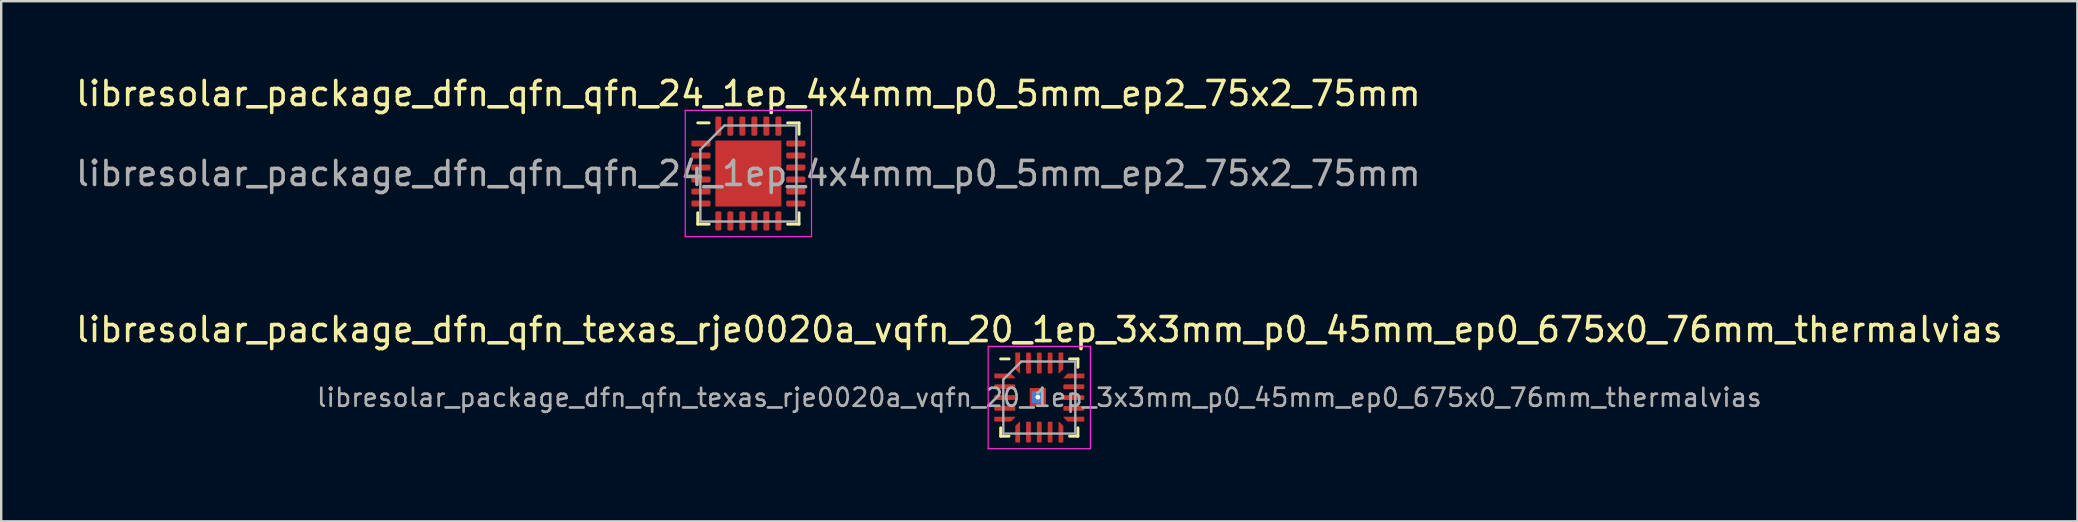
<source format=kicad_pcb>
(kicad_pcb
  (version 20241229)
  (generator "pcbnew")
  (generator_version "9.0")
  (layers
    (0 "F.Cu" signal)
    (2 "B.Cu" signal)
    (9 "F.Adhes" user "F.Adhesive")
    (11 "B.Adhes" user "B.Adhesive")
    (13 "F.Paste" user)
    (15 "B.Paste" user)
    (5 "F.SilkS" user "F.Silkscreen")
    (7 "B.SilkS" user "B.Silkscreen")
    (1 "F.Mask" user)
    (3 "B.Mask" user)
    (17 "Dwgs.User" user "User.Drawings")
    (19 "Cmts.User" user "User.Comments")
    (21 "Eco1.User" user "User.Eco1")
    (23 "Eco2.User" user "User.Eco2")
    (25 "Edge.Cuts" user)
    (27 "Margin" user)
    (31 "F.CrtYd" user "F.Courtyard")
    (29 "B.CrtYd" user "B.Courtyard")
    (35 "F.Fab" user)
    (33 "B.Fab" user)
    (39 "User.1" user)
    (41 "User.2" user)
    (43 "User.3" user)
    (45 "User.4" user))
  (footprint "libresolar_package_dfn_qfn_qfn_24_1ep_4x4mm_p0_5mm_ep2_75x2_75mm"
    (layer "F.Cu")
    (at 28.125 4.178)
    (property "Reference" "libresolar_package_dfn_qfn_qfn_24_1ep_4x4mm_p0_5mm_ep2_75x2_75mm" (at 0 -3.33 0) (layer "F.SilkS") (effects (font (size 1 1) (thickness 0.15))))
    (attr smd)
    (fp_line (start -2.11 2.11) (end -2.11 1.635) (stroke (width 0.12) (type solid)) (layer "F.SilkS"))
    (fp_line (start -1.635 -2.11) (end -2.11 -2.11) (stroke (width 0.12) (type solid)) (layer "F.SilkS"))
    (fp_line (start -1.635 2.11) (end -2.11 2.11) (stroke (width 0.12) (type solid)) (layer "F.SilkS"))
    (fp_line (start 1.635 -2.11) (end 2.11 -2.11) (stroke (width 0.12) (type solid)) (layer "F.SilkS"))
    (fp_line (start 1.635 2.11) (end 2.11 2.11) (stroke (width 0.12) (type solid)) (layer "F.SilkS"))
    (fp_line (start 2.11 -2.11) (end 2.11 -1.635) (stroke (width 0.12) (type solid)) (layer "F.SilkS"))
    (fp_line (start 2.11 2.11) (end 2.11 1.635) (stroke (width 0.12) (type solid)) (layer "F.SilkS"))
    (fp_line (start -2.63 -2.63) (end -2.63 2.63) (stroke (width 0.05) (type solid)) (layer "F.CrtYd"))
    (fp_line (start -2.63 2.63) (end 2.63 2.63) (stroke (width 0.05) (type solid)) (layer "F.CrtYd"))
    (fp_line (start 2.63 -2.63) (end -2.63 -2.63) (stroke (width 0.05) (type solid)) (layer "F.CrtYd"))
    (fp_line (start 2.63 2.63) (end 2.63 -2.63) (stroke (width 0.05) (type solid)) (layer "F.CrtYd"))
    (fp_line (start -2 -1) (end -1 -2) (stroke (width 0.1) (type solid)) (layer "F.Fab"))
    (fp_line (start -2 2) (end -2 -1) (stroke (width 0.1) (type solid)) (layer "F.Fab"))
    (fp_line (start -1 -2) (end 2 -2) (stroke (width 0.1) (type solid)) (layer "F.Fab"))
    (fp_line (start 2 -2) (end 2 2) (stroke (width 0.1) (type solid)) (layer "F.Fab"))
    (fp_line (start 2 2) (end -2 2) (stroke (width 0.1) (type solid)) (layer "F.Fab"))
    (fp_text user "${REFERENCE}" (at 0 0 0) (layer "F.Fab") (effects (font (size 1 1) (thickness 0.15))))
    (pad "" smd roundrect (at -0.69 -0.69) (size 1.11 1.11) (layers "F.Paste") (roundrect_rratio 0.225))
    (pad "" smd roundrect (at -0.69 0.69) (size 1.11 1.11) (layers "F.Paste") (roundrect_rratio 0.225))
    (pad "" smd roundrect (at 0.69 -0.69) (size 1.11 1.11) (layers "F.Paste") (roundrect_rratio 0.225))
    (pad "" smd roundrect (at 0.69 0.69) (size 1.11 1.11) (layers "F.Paste") (roundrect_rratio 0.225))
    (pad "1" smd roundrect (at -1.975 -1.25) (size 0.8 0.25) (layers "F.Cu" "F.Mask" "F.Paste") (roundrect_rratio 0.25))
    (pad "2" smd roundrect (at -1.975 -0.75) (size 0.8 0.25) (layers "F.Cu" "F.Mask" "F.Paste") (roundrect_rratio 0.25))
    (pad "3" smd roundrect (at -1.975 -0.25) (size 0.8 0.25) (layers "F.Cu" "F.Mask" "F.Paste") (roundrect_rratio 0.25))
    (pad "4" smd roundrect (at -1.975 0.25) (size 0.8 0.25) (layers "F.Cu" "F.Mask" "F.Paste") (roundrect_rratio 0.25))
    (pad "5" smd roundrect (at -1.975 0.75) (size 0.8 0.25) (layers "F.Cu" "F.Mask" "F.Paste") (roundrect_rratio 0.25))
    (pad "6" smd roundrect (at -1.975 1.25) (size 0.8 0.25) (layers "F.Cu" "F.Mask" "F.Paste") (roundrect_rratio 0.25))
    (pad "7" smd roundrect (at -1.25 1.975) (size 0.25 0.8) (layers "F.Cu" "F.Mask" "F.Paste") (roundrect_rratio 0.25))
    (pad "8" smd roundrect (at -0.75 1.975) (size 0.25 0.8) (layers "F.Cu" "F.Mask" "F.Paste") (roundrect_rratio 0.25))
    (pad "9" smd roundrect (at -0.25 1.975) (size 0.25 0.8) (layers "F.Cu" "F.Mask" "F.Paste") (roundrect_rratio 0.25))
    (pad "10" smd roundrect (at 0.25 1.975) (size 0.25 0.8) (layers "F.Cu" "F.Mask" "F.Paste") (roundrect_rratio 0.25))
    (pad "11" smd roundrect (at 0.75 1.975) (size 0.25 0.8) (layers "F.Cu" "F.Mask" "F.Paste") (roundrect_rratio 0.25))
    (pad "12" smd roundrect (at 1.25 1.975) (size 0.25 0.8) (layers "F.Cu" "F.Mask" "F.Paste") (roundrect_rratio 0.25))
    (pad "13" smd roundrect (at 1.975 1.25) (size 0.8 0.25) (layers "F.Cu" "F.Mask" "F.Paste") (roundrect_rratio 0.25))
    (pad "14" smd roundrect (at 1.975 0.75) (size 0.8 0.25) (layers "F.Cu" "F.Mask" "F.Paste") (roundrect_rratio 0.25))
    (pad "15" smd roundrect (at 1.975 0.25) (size 0.8 0.25) (layers "F.Cu" "F.Mask" "F.Paste") (roundrect_rratio 0.25))
    (pad "16" smd roundrect (at 1.975 -0.25) (size 0.8 0.25) (layers "F.Cu" "F.Mask" "F.Paste") (roundrect_rratio 0.25))
    (pad "17" smd roundrect (at 1.975 -0.75) (size 0.8 0.25) (layers "F.Cu" "F.Mask" "F.Paste") (roundrect_rratio 0.25))
    (pad "18" smd roundrect (at 1.975 -1.25) (size 0.8 0.25) (layers "F.Cu" "F.Mask" "F.Paste") (roundrect_rratio 0.25))
    (pad "19" smd roundrect (at 1.25 -1.975) (size 0.25 0.8) (layers "F.Cu" "F.Mask" "F.Paste") (roundrect_rratio 0.25))
    (pad "20" smd roundrect (at 0.75 -1.975) (size 0.25 0.8) (layers "F.Cu" "F.Mask" "F.Paste") (roundrect_rratio 0.25))
    (pad "21" smd roundrect (at 0.25 -1.975) (size 0.25 0.8) (layers "F.Cu" "F.Mask" "F.Paste") (roundrect_rratio 0.25))
    (pad "22" smd roundrect (at -0.25 -1.975) (size 0.25 0.8) (layers "F.Cu" "F.Mask" "F.Paste") (roundrect_rratio 0.25))
    (pad "23" smd roundrect (at -0.75 -1.975) (size 0.25 0.8) (layers "F.Cu" "F.Mask" "F.Paste") (roundrect_rratio 0.25))
    (pad "24" smd roundrect (at -1.25 -1.975) (size 0.25 0.8) (layers "F.Cu" "F.Mask" "F.Paste") (roundrect_rratio 0.25))
    (pad "25" smd rect (at 0 0) (size 2.75 2.75) (layers "F.Cu" "F.Mask")))
  (footprint "libresolar_package_dfn_qfn_texas_rje0020a_vqfn_20_1ep_3x3mm_p0_45mm_ep0_675x0_76mm_thermalvias"
    (layer "F.Cu")
    (at 40.244 13.511)
    (property "Reference" "libresolar_package_dfn_qfn_texas_rje0020a_vqfn_20_1ep_3x3mm_p0_45mm_ep0_675x0_76mm_thermalvias" (at 0 -2.83 0) (layer "F.SilkS") (effects (font (size 1 1) (thickness 0.15))))
    (attr smd)
    (fp_line (start -1.61 1.61) (end -1.61 1.26) (stroke (width 0.12) (type solid)) (layer "F.SilkS"))
    (fp_line (start -1.26 -1.61) (end -1.61 -1.61) (stroke (width 0.12) (type solid)) (layer "F.SilkS"))
    (fp_line (start -1.26 1.61) (end -1.61 1.61) (stroke (width 0.12) (type solid)) (layer "F.SilkS"))
    (fp_line (start 1.26 -1.61) (end 1.61 -1.61) (stroke (width 0.12) (type solid)) (layer "F.SilkS"))
    (fp_line (start 1.26 1.61) (end 1.61 1.61) (stroke (width 0.12) (type solid)) (layer "F.SilkS"))
    (fp_line (start 1.61 -1.61) (end 1.61 -1.26) (stroke (width 0.12) (type solid)) (layer "F.SilkS"))
    (fp_line (start 1.61 1.61) (end 1.61 1.26) (stroke (width 0.12) (type solid)) (layer "F.SilkS"))
    (fp_line (start -2.13 -2.13) (end -2.13 2.13) (stroke (width 0.05) (type solid)) (layer "F.CrtYd"))
    (fp_line (start -2.13 2.13) (end 2.13 2.13) (stroke (width 0.05) (type solid)) (layer "F.CrtYd"))
    (fp_line (start 2.13 -2.13) (end -2.13 -2.13) (stroke (width 0.05) (type solid)) (layer "F.CrtYd"))
    (fp_line (start 2.13 2.13) (end 2.13 -2.13) (stroke (width 0.05) (type solid)) (layer "F.CrtYd"))
    (fp_line (start -1.5 -0.75) (end -0.75 -1.5) (stroke (width 0.1) (type solid)) (layer "F.Fab"))
    (fp_line (start -1.5 1.5) (end -1.5 -0.75) (stroke (width 0.1) (type solid)) (layer "F.Fab"))
    (fp_line (start -0.75 -1.5) (end 1.5 -1.5) (stroke (width 0.1) (type solid)) (layer "F.Fab"))
    (fp_line (start 1.5 -1.5) (end 1.5 1.5) (stroke (width 0.1) (type solid)) (layer "F.Fab"))
    (fp_line (start 1.5 1.5) (end -1.5 1.5) (stroke (width 0.1) (type solid)) (layer "F.Fab"))
    (fp_text user "${REFERENCE}" (at 0 0 0) (layer "F.Fab") (effects (font (size 0.75 0.75) (thickness 0.11))))
    (pad "" smd roundrect (at -0.06 -0.018) (size 0.64 0.72) (layers "F.Paste") (roundrect_rratio 0.25))
    (pad "1" smd custom (at -1.438 -0.9) (size 0.073 0.073) (layers "F.Cu" "F.Mask" "F.Paste") (options (anchor circle)) (primitives (gr_poly (pts (xy -0.427 -0.09) (xy 0.253 -0.09) (xy 0.427 0.084) (xy 0.427 0.09) (xy -0.427 0.09)) (width 0.02) (fill yes))))
    (pad "2" smd roundrect (at -1.438 -0.45) (size 0.875 0.2) (layers "F.Cu" "F.Mask" "F.Paste") (roundrect_rratio 0.25))
    (pad "3" smd roundrect (at -1.438 0) (size 0.875 0.2) (layers "F.Cu" "F.Mask" "F.Paste") (roundrect_rratio 0.25))
    (pad "4" smd roundrect (at -1.438 0.45) (size 0.875 0.2) (layers "F.Cu" "F.Mask" "F.Paste") (roundrect_rratio 0.25))
    (pad "5" smd custom (at -1.438 0.9) (size 0.073 0.073) (layers "F.Cu" "F.Mask" "F.Paste") (options (anchor circle)) (primitives (gr_poly (pts (xy -0.427 -0.09) (xy 0.427 -0.09) (xy 0.427 -0.084) (xy 0.253 0.09) (xy -0.427 0.09)) (width 0.02) (fill yes))))
    (pad "6" smd custom (at -0.9 1.438) (size 0.073 0.073) (layers "F.Cu" "F.Mask" "F.Paste") (options (anchor circle)) (primitives (gr_poly (pts (xy -0.09 -0.253) (xy 0.084 -0.427) (xy 0.09 -0.427) (xy 0.09 0.427) (xy -0.09 0.427)) (width 0.02) (fill yes))))
    (pad "7" smd roundrect (at -0.45 1.438) (size 0.2 0.875) (layers "F.Cu" "F.Mask" "F.Paste") (roundrect_rratio 0.25))
    (pad "8" smd roundrect (at 0 1.438) (size 0.2 0.875) (layers "F.Cu" "F.Mask" "F.Paste") (roundrect_rratio 0.25))
    (pad "9" smd roundrect (at 0.45 1.438) (size 0.2 0.875) (layers "F.Cu" "F.Mask" "F.Paste") (roundrect_rratio 0.25))
    (pad "10" smd custom (at 0.9 1.438) (size 0.073 0.073) (layers "F.Cu" "F.Mask" "F.Paste") (options (anchor circle)) (primitives (gr_poly (pts (xy -0.09 -0.427) (xy -0.084 -0.427) (xy 0.09 -0.253) (xy 0.09 0.427) (xy -0.09 0.427)) (width 0.02) (fill yes))))
    (pad "11" smd custom (at 1.438 0.9) (size 0.073 0.073) (layers "F.Cu" "F.Mask" "F.Paste") (options (anchor circle)) (primitives (gr_poly (pts (xy -0.427 -0.09) (xy 0.427 -0.09) (xy 0.427 0.09) (xy -0.253 0.09) (xy -0.427 -0.084)) (width 0.02) (fill yes))))
    (pad "12" smd roundrect (at 1.438 0.45) (size 0.875 0.2) (layers "F.Cu" "F.Mask" "F.Paste") (roundrect_rratio 0.25))
    (pad "13" smd roundrect (at 1.438 0) (size 0.875 0.2) (layers "F.Cu" "F.Mask" "F.Paste") (roundrect_rratio 0.25))
    (pad "14" smd roundrect (at 1.438 -0.45) (size 0.875 0.2) (layers "F.Cu" "F.Mask" "F.Paste") (roundrect_rratio 0.25))
    (pad "15" smd custom (at 1.438 -0.9) (size 0.073 0.073) (layers "F.Cu" "F.Mask" "F.Paste") (options (anchor circle)) (primitives (gr_poly (pts (xy -0.427 0.084) (xy -0.253 -0.09) (xy 0.427 -0.09) (xy 0.427 0.09) (xy -0.427 0.09)) (width 0.02) (fill yes))))
    (pad "16" smd custom (at 0.9 -1.438) (size 0.073 0.073) (layers "F.Cu" "F.Mask" "F.Paste") (options (anchor circle)) (primitives (gr_poly (pts (xy -0.09 -0.427) (xy 0.09 -0.427) (xy 0.09 0.253) (xy -0.084 0.427) (xy -0.09 0.427)) (width 0.02) (fill yes))))
    (pad "17" smd roundrect (at 0.45 -1.438) (size 0.2 0.875) (layers "F.Cu" "F.Mask" "F.Paste") (roundrect_rratio 0.25))
    (pad "18" smd roundrect (at 0 -1.438) (size 0.2 0.875) (layers "F.Cu" "F.Mask" "F.Paste") (roundrect_rratio 0.25))
    (pad "19" smd roundrect (at -0.45 -1.438) (size 0.2 0.875) (layers "F.Cu" "F.Mask" "F.Paste") (roundrect_rratio 0.25))
    (pad "20" smd custom (at -0.9 -1.438) (size 0.073 0.073) (layers "F.Cu" "F.Mask" "F.Paste") (options (anchor circle)) (primitives (gr_poly (pts (xy -0.09 -0.427) (xy 0.09 -0.427) (xy 0.09 0.427) (xy 0.084 0.427) (xy -0.09 0.253)) (width 0.02) (fill yes))))
    (pad "21" thru_hole circle (at -0.06 -0.018) (size 0.5 0.5) (drill 0.2) (layers "*.Cu"))
    (pad "21" smd rect (at -0.06 -0.018) (size 0.5 0.5) (layers "B.Cu"))
    (pad "21" smd rect (at -0.06 -0.018) (size 0.675 0.76) (layers "F.Cu" "F.Mask")))
  (gr_rect
    (start -3 -3)
    (end 83.488 18.666)
    (stroke (width 0.1) (type default))
    (fill no)
    (layer "Edge.Cuts")))
</source>
